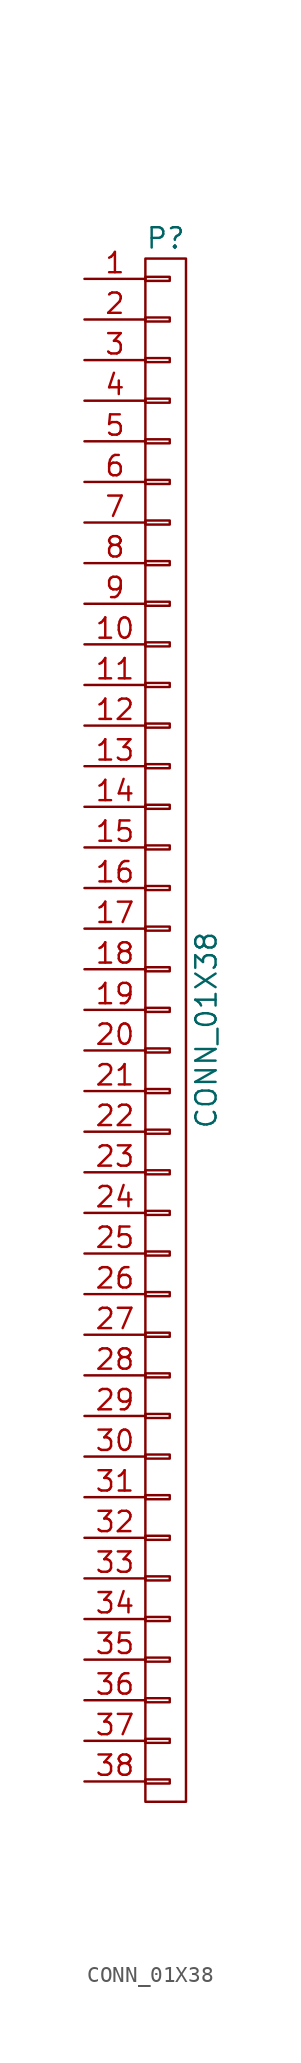
<source format=kicad_sym>
(kicad_symbol_lib
  (version 20231120)
  (generator "kicad_symbol_editor")
  (generator_version "8.0")
  (symbol "CONN_01X38"
    (pin_names
      (offset 1.016) hide)
    (property "Reference" "P"
      (at 0 49.53 0)
      (effects (font (size 1.27 1.27))))
    (property "Value" "CONN_01X38"
      (at 2.54 0 90)
      (effects (font (size 1.27 1.27))))
    (property "Footprint" ""
      (at 0 0 0)
      (effects (font (size 1.27 1.27))))
    (property "Datasheet" ""
      (at 0 0 0)
      (effects (font (size 1.27 1.27))))
    (symbol "CONN_01X38_0_1"
      (rectangle (start -1.27 -48.26) (end 1.27 48.26) (stroke (width 0) (type solid)) (fill (type none)))
      (rectangle (start -1.27 -46.863) (end 0.254 -47.117) (stroke (width 0) (type solid)) (fill (type none)))
      (rectangle (start -1.27 -44.323) (end 0.254 -44.577) (stroke (width 0) (type solid)) (fill (type none)))
      (rectangle (start -1.27 -41.783) (end 0.254 -42.037) (stroke (width 0) (type solid)) (fill (type none)))
      (rectangle (start -1.27 -39.243) (end 0.254 -39.497) (stroke (width 0) (type solid)) (fill (type none)))
      (rectangle (start -1.27 -36.703) (end 0.254 -36.957) (stroke (width 0) (type solid)) (fill (type none)))
      (rectangle (start -1.27 -34.163) (end 0.254 -34.417) (stroke (width 0) (type solid)) (fill (type none)))
      (rectangle (start -1.27 -31.623) (end 0.254 -31.877) (stroke (width 0) (type solid)) (fill (type none)))
      (rectangle (start -1.27 -29.083) (end 0.254 -29.337) (stroke (width 0) (type solid)) (fill (type none)))
      (rectangle (start -1.27 -26.543) (end 0.254 -26.797) (stroke (width 0) (type solid)) (fill (type none)))
      (rectangle (start -1.27 -24.003) (end 0.254 -24.257) (stroke (width 0) (type solid)) (fill (type none)))
      (rectangle (start -1.27 -21.463) (end 0.254 -21.717) (stroke (width 0) (type solid)) (fill (type none)))
      (rectangle (start -1.27 -18.923) (end 0.254 -19.177) (stroke (width 0) (type solid)) (fill (type none)))
      (rectangle (start -1.27 -16.383) (end 0.254 -16.637) (stroke (width 0) (type solid)) (fill (type none)))
      (rectangle (start -1.27 -13.843) (end 0.254 -14.097) (stroke (width 0) (type solid)) (fill (type none)))
      (rectangle (start -1.27 -11.303) (end 0.254 -11.557) (stroke (width 0) (type solid)) (fill (type none)))
      (rectangle (start -1.27 -8.763) (end 0.254 -9.017) (stroke (width 0) (type solid)) (fill (type none)))
      (rectangle (start -1.27 -6.223) (end 0.254 -6.477) (stroke (width 0) (type solid)) (fill (type none)))
      (rectangle (start -1.27 -3.683) (end 0.254 -3.937) (stroke (width 0) (type solid)) (fill (type none)))
      (rectangle (start -1.27 -1.143) (end 0.254 -1.397) (stroke (width 0) (type solid)) (fill (type none)))
      (rectangle (start -1.27 1.397) (end 0.254 1.143) (stroke (width 0) (type solid)) (fill (type none)))
      (rectangle (start -1.27 3.937) (end 0.254 3.683) (stroke (width 0) (type solid)) (fill (type none)))
      (rectangle (start -1.27 6.477) (end 0.254 6.223) (stroke (width 0) (type solid)) (fill (type none)))
      (rectangle (start -1.27 9.017) (end 0.254 8.763) (stroke (width 0) (type solid)) (fill (type none)))
      (rectangle (start -1.27 11.557) (end 0.254 11.303) (stroke (width 0) (type solid)) (fill (type none)))
      (rectangle (start -1.27 14.097) (end 0.254 13.843) (stroke (width 0) (type solid)) (fill (type none)))
      (rectangle (start -1.27 16.637) (end 0.254 16.383) (stroke (width 0) (type solid)) (fill (type none)))
      (rectangle (start -1.27 19.177) (end 0.254 18.923) (stroke (width 0) (type solid)) (fill (type none)))
      (rectangle (start -1.27 21.717) (end 0.254 21.463) (stroke (width 0) (type solid)) (fill (type none)))
      (rectangle (start -1.27 24.257) (end 0.254 24.003) (stroke (width 0) (type solid)) (fill (type none)))
      (rectangle (start -1.27 26.797) (end 0.254 26.543) (stroke (width 0) (type solid)) (fill (type none)))
      (rectangle (start -1.27 29.337) (end 0.254 29.083) (stroke (width 0) (type solid)) (fill (type none)))
      (rectangle (start -1.27 31.877) (end 0.254 31.623) (stroke (width 0) (type solid)) (fill (type none)))
      (rectangle (start -1.27 34.417) (end 0.254 34.163) (stroke (width 0) (type solid)) (fill (type none)))
      (rectangle (start -1.27 36.957) (end 0.254 36.703) (stroke (width 0) (type solid)) (fill (type none)))
      (rectangle (start -1.27 39.497) (end 0.254 39.243) (stroke (width 0) (type solid)) (fill (type none)))
      (rectangle (start -1.27 42.037) (end 0.254 41.783) (stroke (width 0) (type solid)) (fill (type none)))
      (rectangle (start -1.27 44.577) (end 0.254 44.323) (stroke (width 0) (type solid)) (fill (type none)))
      (rectangle (start -1.27 47.117) (end 0.254 46.863) (stroke (width 0) (type solid)) (fill (type none))))
    (symbol "CONN_01X38_1_1"
      (pin passive line (at -5.08 46.99 0) (length 3.81) (name "P1" (effects (font (size 1.27 1.27)))) (number "1" (effects (font (size 1.27 1.27)))))
      (pin passive line (at -5.08 24.13 0) (length 3.81) (name "P10" (effects (font (size 1.27 1.27)))) (number "10" (effects (font (size 1.27 1.27)))))
      (pin passive line (at -5.08 21.59 0) (length 3.81) (name "P11" (effects (font (size 1.27 1.27)))) (number "11" (effects (font (size 1.27 1.27)))))
      (pin passive line (at -5.08 19.05 0) (length 3.81) (name "P12" (effects (font (size 1.27 1.27)))) (number "12" (effects (font (size 1.27 1.27)))))
      (pin passive line (at -5.08 16.51 0) (length 3.81) (name "P13" (effects (font (size 1.27 1.27)))) (number "13" (effects (font (size 1.27 1.27)))))
      (pin passive line (at -5.08 13.97 0) (length 3.81) (name "P14" (effects (font (size 1.27 1.27)))) (number "14" (effects (font (size 1.27 1.27)))))
      (pin passive line (at -5.08 11.43 0) (length 3.81) (name "P15" (effects (font (size 1.27 1.27)))) (number "15" (effects (font (size 1.27 1.27)))))
      (pin passive line (at -5.08 8.89 0) (length 3.81) (name "P16" (effects (font (size 1.27 1.27)))) (number "16" (effects (font (size 1.27 1.27)))))
      (pin passive line (at -5.08 6.35 0) (length 3.81) (name "P17" (effects (font (size 1.27 1.27)))) (number "17" (effects (font (size 1.27 1.27)))))
      (pin passive line (at -5.08 3.81 0) (length 3.81) (name "P18" (effects (font (size 1.27 1.27)))) (number "18" (effects (font (size 1.27 1.27)))))
      (pin passive line (at -5.08 1.27 0) (length 3.81) (name "P19" (effects (font (size 1.27 1.27)))) (number "19" (effects (font (size 1.27 1.27)))))
      (pin passive line (at -5.08 44.45 0) (length 3.81) (name "P2" (effects (font (size 1.27 1.27)))) (number "2" (effects (font (size 1.27 1.27)))))
      (pin passive line (at -5.08 -1.27 0) (length 3.81) (name "P20" (effects (font (size 1.27 1.27)))) (number "20" (effects (font (size 1.27 1.27)))))
      (pin passive line (at -5.08 -3.81 0) (length 3.81) (name "P21" (effects (font (size 1.27 1.27)))) (number "21" (effects (font (size 1.27 1.27)))))
      (pin passive line (at -5.08 -6.35 0) (length 3.81) (name "P22" (effects (font (size 1.27 1.27)))) (number "22" (effects (font (size 1.27 1.27)))))
      (pin passive line (at -5.08 -8.89 0) (length 3.81) (name "P23" (effects (font (size 1.27 1.27)))) (number "23" (effects (font (size 1.27 1.27)))))
      (pin passive line (at -5.08 -11.43 0) (length 3.81) (name "P24" (effects (font (size 1.27 1.27)))) (number "24" (effects (font (size 1.27 1.27)))))
      (pin passive line (at -5.08 -13.97 0) (length 3.81) (name "P25" (effects (font (size 1.27 1.27)))) (number "25" (effects (font (size 1.27 1.27)))))
      (pin passive line (at -5.08 -16.51 0) (length 3.81) (name "P26" (effects (font (size 1.27 1.27)))) (number "26" (effects (font (size 1.27 1.27)))))
      (pin passive line (at -5.08 -19.05 0) (length 3.81) (name "P27" (effects (font (size 1.27 1.27)))) (number "27" (effects (font (size 1.27 1.27)))))
      (pin passive line (at -5.08 -21.59 0) (length 3.81) (name "P28" (effects (font (size 1.27 1.27)))) (number "28" (effects (font (size 1.27 1.27)))))
      (pin passive line (at -5.08 -24.13 0) (length 3.81) (name "P29" (effects (font (size 1.27 1.27)))) (number "29" (effects (font (size 1.27 1.27)))))
      (pin passive line (at -5.08 41.91 0) (length 3.81) (name "P3" (effects (font (size 1.27 1.27)))) (number "3" (effects (font (size 1.27 1.27)))))
      (pin passive line (at -5.08 -26.67 0) (length 3.81) (name "P30" (effects (font (size 1.27 1.27)))) (number "30" (effects (font (size 1.27 1.27)))))
      (pin passive line (at -5.08 -29.21 0) (length 3.81) (name "P31" (effects (font (size 1.27 1.27)))) (number "31" (effects (font (size 1.27 1.27)))))
      (pin passive line (at -5.08 -31.75 0) (length 3.81) (name "P32" (effects (font (size 1.27 1.27)))) (number "32" (effects (font (size 1.27 1.27)))))
      (pin passive line (at -5.08 -34.29 0) (length 3.81) (name "P33" (effects (font (size 1.27 1.27)))) (number "33" (effects (font (size 1.27 1.27)))))
      (pin passive line (at -5.08 -36.83 0) (length 3.81) (name "P34" (effects (font (size 1.27 1.27)))) (number "34" (effects (font (size 1.27 1.27)))))
      (pin passive line (at -5.08 -39.37 0) (length 3.81) (name "P35" (effects (font (size 1.27 1.27)))) (number "35" (effects (font (size 1.27 1.27)))))
      (pin passive line (at -5.08 -41.91 0) (length 3.81) (name "P36" (effects (font (size 1.27 1.27)))) (number "36" (effects (font (size 1.27 1.27)))))
      (pin passive line (at -5.08 -44.45 0) (length 3.81) (name "P37" (effects (font (size 1.27 1.27)))) (number "37" (effects (font (size 1.27 1.27)))))
      (pin passive line (at -5.08 -46.99 0) (length 3.81) (name "P38" (effects (font (size 1.27 1.27)))) (number "38" (effects (font (size 1.27 1.27)))))
      (pin passive line (at -5.08 39.37 0) (length 3.81) (name "P4" (effects (font (size 1.27 1.27)))) (number "4" (effects (font (size 1.27 1.27)))))
      (pin passive line (at -5.08 36.83 0) (length 3.81) (name "P5" (effects (font (size 1.27 1.27)))) (number "5" (effects (font (size 1.27 1.27)))))
      (pin passive line (at -5.08 34.29 0) (length 3.81) (name "P6" (effects (font (size 1.27 1.27)))) (number "6" (effects (font (size 1.27 1.27)))))
      (pin passive line (at -5.08 31.75 0) (length 3.81) (name "P7" (effects (font (size 1.27 1.27)))) (number "7" (effects (font (size 1.27 1.27)))))
      (pin passive line (at -5.08 29.21 0) (length 3.81) (name "P8" (effects (font (size 1.27 1.27)))) (number "8" (effects (font (size 1.27 1.27)))))
      (pin passive line (at -5.08 26.67 0) (length 3.81) (name "P9" (effects (font (size 1.27 1.27)))) (number "9" (effects (font (size 1.27 1.27))))))))
</source>
